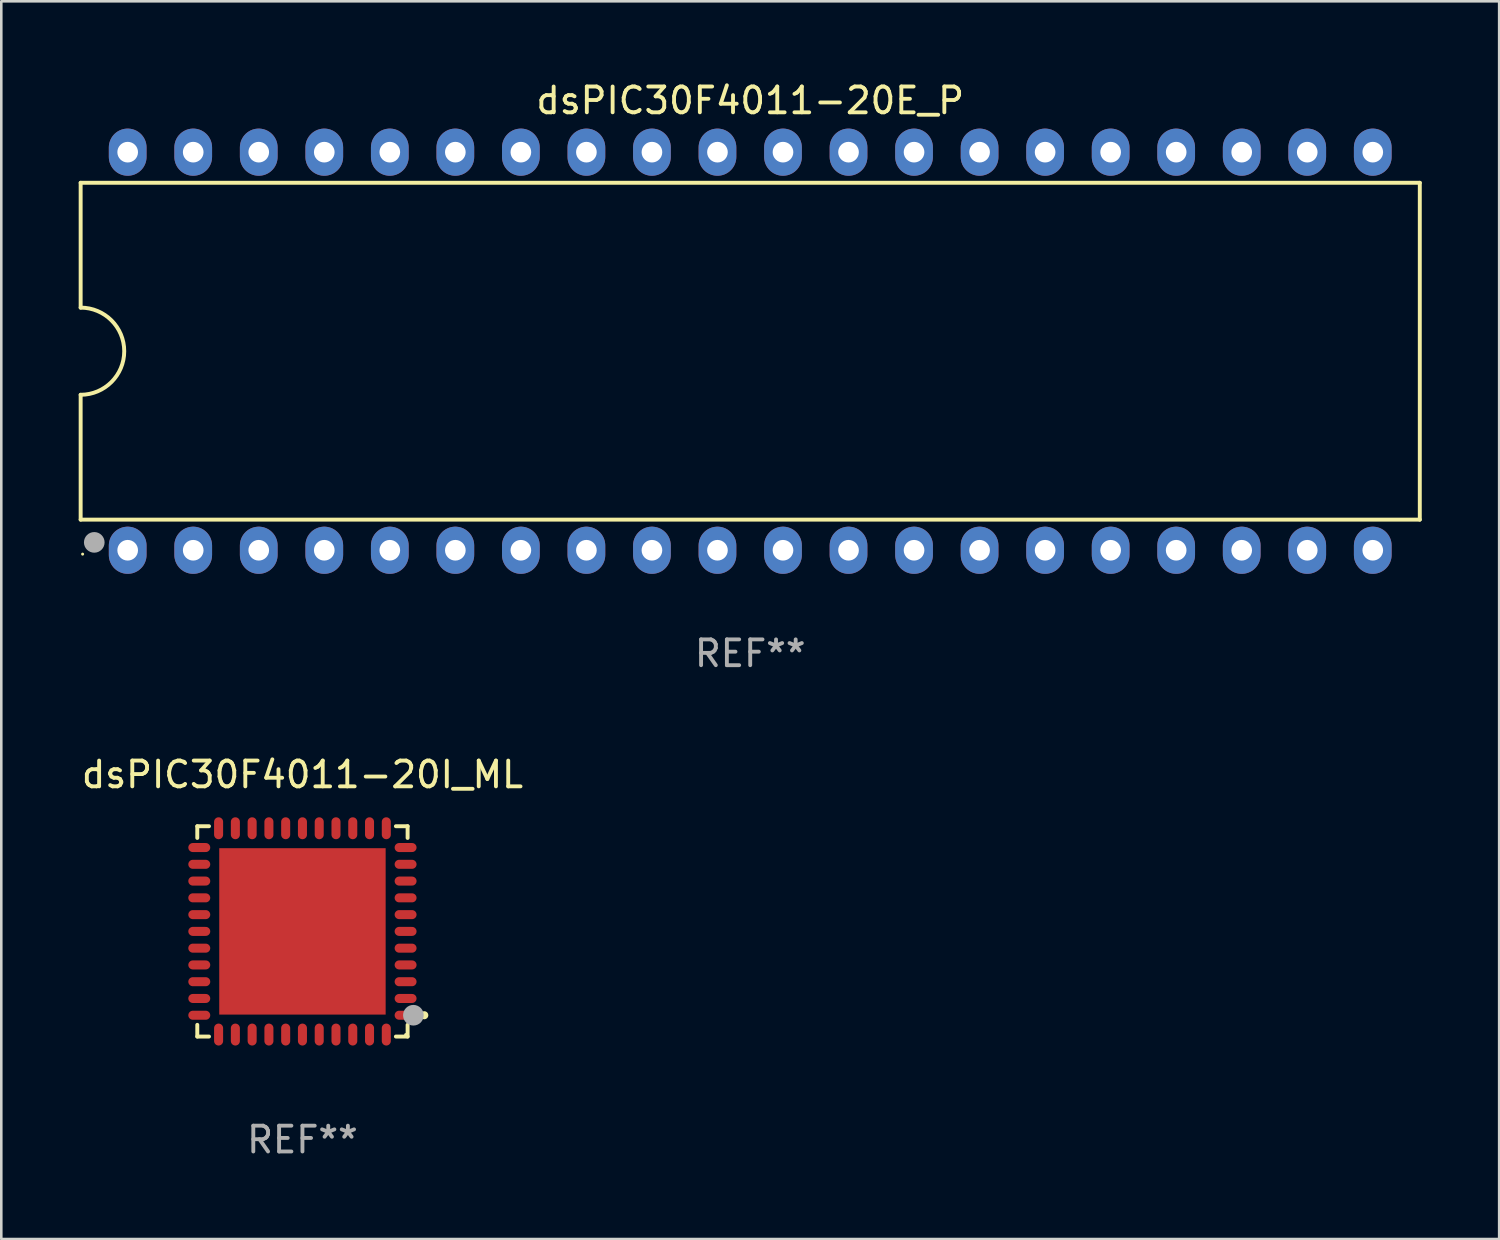
<source format=kicad_pcb>
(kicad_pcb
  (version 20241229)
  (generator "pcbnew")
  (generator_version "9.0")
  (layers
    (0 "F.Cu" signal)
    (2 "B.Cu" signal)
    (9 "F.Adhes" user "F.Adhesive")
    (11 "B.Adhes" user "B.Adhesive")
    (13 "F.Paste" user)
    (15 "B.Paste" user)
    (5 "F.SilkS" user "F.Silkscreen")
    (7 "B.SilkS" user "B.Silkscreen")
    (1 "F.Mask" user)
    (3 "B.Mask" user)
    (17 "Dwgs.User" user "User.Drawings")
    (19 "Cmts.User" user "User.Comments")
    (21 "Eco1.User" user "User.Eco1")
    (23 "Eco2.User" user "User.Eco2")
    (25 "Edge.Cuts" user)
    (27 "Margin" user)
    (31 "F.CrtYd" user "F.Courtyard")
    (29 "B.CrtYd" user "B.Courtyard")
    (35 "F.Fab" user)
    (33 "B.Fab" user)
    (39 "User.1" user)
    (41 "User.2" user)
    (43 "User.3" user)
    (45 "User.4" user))
  (footprint "dsPIC30F4011-20I_ML"
    (layer "F.Cu")
    (at 8.673 33.051)
    (property "Reference" "dsPIC30F4011-20I_ML" (at 0 -6.076 0) (layer "F.SilkS") (effects (font (size 1 1) (thickness 0.15))))
    (attr through_hole)
    (fp_line (start -4.076 -4.076) (end -4.076 -3.622) (stroke (width 0.152) (type solid)) (layer "F.SilkS"))
    (fp_line (start -4.076 4.076) (end -4.076 3.622) (stroke (width 0.152) (type solid)) (layer "F.SilkS"))
    (fp_line (start -3.622 -4.076) (end -4.076 -4.076) (stroke (width 0.152) (type solid)) (layer "F.SilkS"))
    (fp_line (start -3.622 4.076) (end -4.076 4.076) (stroke (width 0.152) (type solid)) (layer "F.SilkS"))
    (fp_line (start 3.622 -4.076) (end 4.076 -4.076) (stroke (width 0.152) (type solid)) (layer "F.SilkS"))
    (fp_line (start 3.622 4.076) (end 4.076 4.076) (stroke (width 0.152) (type solid)) (layer "F.SilkS"))
    (fp_line (start 4.076 -4.076) (end 4.076 -3.622) (stroke (width 0.152) (type solid)) (layer "F.SilkS"))
    (fp_line (start 4.076 4.076) (end 4.076 3.622) (stroke (width 0.152) (type solid)) (layer "F.SilkS"))
    (fp_circle (center 4 4) (end 4.03 4) (stroke (width 0.06) (type solid)) (fill no) (layer "F.SilkS"))
    (fp_circle (center 4.722 3.25) (end 4.801 3.25) (stroke (width 0.158) (type solid)) (fill no) (layer "F.SilkS"))
    (fp_circle (center 4.3 3.25) (end 4.5 3.25) (stroke (width 0.4) (type solid)) (fill no) (layer "F.Fab"))
    (fp_text user "REF**" (at 0 8.076 0) (layer "F.Fab") (effects (font (size 1 1) (thickness 0.15))))
    (pad "1" smd oval (at 3.998 3.25) (size 0.85 0.35) (layers "F.Cu" "F.Mask" "F.Paste"))
    (pad "2" smd oval (at 3.998 2.6) (size 0.85 0.35) (layers "F.Cu" "F.Mask" "F.Paste"))
    (pad "3" smd oval (at 3.998 1.95) (size 0.85 0.35) (layers "F.Cu" "F.Mask" "F.Paste"))
    (pad "4" smd oval (at 3.998 1.3) (size 0.85 0.35) (layers "F.Cu" "F.Mask" "F.Paste"))
    (pad "5" smd oval (at 3.998 0.65) (size 0.85 0.35) (layers "F.Cu" "F.Mask" "F.Paste"))
    (pad "6" smd oval (at 3.998 0.000051) (size 0.85 0.35) (layers "F.Cu" "F.Mask" "F.Paste"))
    (pad "7" smd oval (at 3.998 -0.65) (size 0.85 0.35) (layers "F.Cu" "F.Mask" "F.Paste"))
    (pad "8" smd oval (at 3.998 -1.3) (size 0.85 0.35) (layers "F.Cu" "F.Mask" "F.Paste"))
    (pad "9" smd oval (at 3.998 -1.95) (size 0.85 0.35) (layers "F.Cu" "F.Mask" "F.Paste"))
    (pad "10" smd oval (at 3.998 -2.6) (size 0.85 0.35) (layers "F.Cu" "F.Mask" "F.Paste"))
    (pad "11" smd oval (at 3.998 -3.25) (size 0.85 0.35) (layers "F.Cu" "F.Mask" "F.Paste"))
    (pad "12" smd oval (at 3.25 -3.998) (size 0.35 0.85) (layers "F.Cu" "F.Mask" "F.Paste"))
    (pad "13" smd oval (at 2.6 -3.998) (size 0.35 0.85) (layers "F.Cu" "F.Mask" "F.Paste"))
    (pad "14" smd oval (at 1.95 -3.998) (size 0.35 0.85) (layers "F.Cu" "F.Mask" "F.Paste"))
    (pad "15" smd oval (at 1.3 -3.998) (size 0.35 0.85) (layers "F.Cu" "F.Mask" "F.Paste"))
    (pad "16" smd oval (at 0.65 -3.998) (size 0.35 0.85) (layers "F.Cu" "F.Mask" "F.Paste"))
    (pad "17" smd oval (at -0.000127 -3.998) (size 0.35 0.85) (layers "F.Cu" "F.Mask" "F.Paste"))
    (pad "18" smd oval (at -0.65 -3.998) (size 0.35 0.85) (layers "F.Cu" "F.Mask" "F.Paste"))
    (pad "19" smd oval (at -1.3 -3.998) (size 0.35 0.85) (layers "F.Cu" "F.Mask" "F.Paste"))
    (pad "20" smd oval (at -1.95 -3.998) (size 0.35 0.85) (layers "F.Cu" "F.Mask" "F.Paste"))
    (pad "21" smd oval (at -2.6 -3.998) (size 0.35 0.85) (layers "F.Cu" "F.Mask" "F.Paste"))
    (pad "22" smd oval (at -3.25 -3.998) (size 0.35 0.85) (layers "F.Cu" "F.Mask" "F.Paste"))
    (pad "23" smd oval (at -3.999 -3.25) (size 0.85 0.35) (layers "F.Cu" "F.Mask" "F.Paste"))
    (pad "24" smd oval (at -3.999 -2.6) (size 0.85 0.35) (layers "F.Cu" "F.Mask" "F.Paste"))
    (pad "25" smd oval (at -3.999 -1.95) (size 0.85 0.35) (layers "F.Cu" "F.Mask" "F.Paste"))
    (pad "26" smd oval (at -3.999 -1.3) (size 0.85 0.35) (layers "F.Cu" "F.Mask" "F.Paste"))
    (pad "27" smd oval (at -3.999 -0.65) (size 0.85 0.35) (layers "F.Cu" "F.Mask" "F.Paste"))
    (pad "28" smd oval (at -3.999 0.000051) (size 0.85 0.35) (layers "F.Cu" "F.Mask" "F.Paste"))
    (pad "29" smd oval (at -3.999 0.65) (size 0.85 0.35) (layers "F.Cu" "F.Mask" "F.Paste"))
    (pad "30" smd oval (at -3.999 1.3) (size 0.85 0.35) (layers "F.Cu" "F.Mask" "F.Paste"))
    (pad "31" smd oval (at -3.999 1.95) (size 0.85 0.35) (layers "F.Cu" "F.Mask" "F.Paste"))
    (pad "32" smd oval (at -3.999 2.6) (size 0.85 0.35) (layers "F.Cu" "F.Mask" "F.Paste"))
    (pad "33" smd oval (at -3.999 3.25) (size 0.85 0.35) (layers "F.Cu" "F.Mask" "F.Paste"))
    (pad "34" smd oval (at -3.25 3.999) (size 0.35 0.85) (layers "F.Cu" "F.Mask" "F.Paste"))
    (pad "35" smd oval (at -2.6 3.999) (size 0.35 0.85) (layers "F.Cu" "F.Mask" "F.Paste"))
    (pad "36" smd oval (at -1.95 3.999) (size 0.35 0.85) (layers "F.Cu" "F.Mask" "F.Paste"))
    (pad "37" smd oval (at -1.3 3.999) (size 0.35 0.85) (layers "F.Cu" "F.Mask" "F.Paste"))
    (pad "38" smd oval (at -0.65 3.999) (size 0.35 0.85) (layers "F.Cu" "F.Mask" "F.Paste"))
    (pad "39" smd oval (at -0.000127 3.999) (size 0.35 0.85) (layers "F.Cu" "F.Mask" "F.Paste"))
    (pad "40" smd oval (at 0.65 3.999) (size 0.35 0.85) (layers "F.Cu" "F.Mask" "F.Paste"))
    (pad "41" smd oval (at 1.3 3.999) (size 0.35 0.85) (layers "F.Cu" "F.Mask" "F.Paste"))
    (pad "42" smd oval (at 1.95 3.999) (size 0.35 0.85) (layers "F.Cu" "F.Mask" "F.Paste"))
    (pad "43" smd oval (at 2.6 3.999) (size 0.35 0.85) (layers "F.Cu" "F.Mask" "F.Paste"))
    (pad "44" smd oval (at 3.25 3.999) (size 0.35 0.85) (layers "F.Cu" "F.Mask" "F.Paste"))
    (pad "45" smd rect (at -0.000127 0.000051) (size 6.45 6.45) (layers "F.Cu" "F.Mask" "F.Paste")))
  (footprint "dsPIC30F4011-20E_P"
    (layer "F.Cu")
    (at 26.029 10.563)
    (property "Reference" "dsPIC30F4011-20E_P" (at 0 -9.715 0) (layer "F.SilkS") (effects (font (size 1 1) (thickness 0.15))))
    (attr through_hole)
    (fp_line (start -25.953 -6.528) (end -25.953 -1.689) (stroke (width 0.152) (type solid)) (layer "F.SilkS"))
    (fp_line (start -25.953 1.689) (end -25.953 6.528) (stroke (width 0.152) (type solid)) (layer "F.SilkS"))
    (fp_line (start -25.953 6.528) (end 25.953 6.528) (stroke (width 0.152) (type solid)) (layer "F.SilkS"))
    (fp_line (start 25.953 -6.528) (end -25.953 -6.528) (stroke (width 0.152) (type solid)) (layer "F.SilkS"))
    (fp_line (start 25.953 6.528) (end 25.953 -6.528) (stroke (width 0.152) (type solid)) (layer "F.SilkS"))
    (fp_arc (start -25.9527 -1.689126) (mid -24.263574 0) (end -25.9527 1.689126) (stroke (width 0.1524) (type solid)) (layer "F.SilkS"))
    (fp_circle (center -25.877 7.865) (end -25.847 7.865) (stroke (width 0.06) (type solid)) (fill no) (layer "F.SilkS"))
    (fp_circle (center -25.435 7.41) (end -25.245 7.41) (stroke (width 0.15) (type solid)) (fill no) (layer "F.SilkS"))
    (fp_circle (center -25.425 7.41) (end -25.225 7.41) (stroke (width 0.4) (type solid)) (fill no) (layer "F.Fab"))
    (fp_text user "REF**" (at 0 11.715 0) (layer "F.Fab") (effects (font (size 1 1) (thickness 0.15))))
    (pad "1" thru_hole oval (at -24.13 7.715) (size 1.462 1.828) (drill 0.8) (layers "*.Cu" "*.Mask"))
    (pad "2" thru_hole oval (at -21.59 7.715) (size 1.462 1.828) (drill 0.8) (layers "*.Cu" "*.Mask"))
    (pad "3" thru_hole oval (at -19.05 7.715) (size 1.462 1.828) (drill 0.8) (layers "*.Cu" "*.Mask"))
    (pad "4" thru_hole oval (at -16.51 7.715) (size 1.462 1.828) (drill 0.8) (layers "*.Cu" "*.Mask"))
    (pad "5" thru_hole oval (at -13.97 7.715) (size 1.462 1.828) (drill 0.8) (layers "*.Cu" "*.Mask"))
    (pad "6" thru_hole oval (at -11.43 7.715) (size 1.462 1.828) (drill 0.8) (layers "*.Cu" "*.Mask"))
    (pad "7" thru_hole oval (at -8.89 7.715) (size 1.462 1.828) (drill 0.8) (layers "*.Cu" "*.Mask"))
    (pad "8" thru_hole oval (at -6.35 7.715) (size 1.462 1.828) (drill 0.8) (layers "*.Cu" "*.Mask"))
    (pad "9" thru_hole oval (at -3.81 7.715) (size 1.462 1.828) (drill 0.8) (layers "*.Cu" "*.Mask"))
    (pad "10" thru_hole oval (at -1.27 7.715) (size 1.462 1.828) (drill 0.8) (layers "*.Cu" "*.Mask"))
    (pad "11" thru_hole oval (at 1.27 7.715) (size 1.462 1.828) (drill 0.8) (layers "*.Cu" "*.Mask"))
    (pad "12" thru_hole oval (at 3.81 7.715) (size 1.462 1.828) (drill 0.8) (layers "*.Cu" "*.Mask"))
    (pad "13" thru_hole oval (at 6.35 7.715) (size 1.462 1.828) (drill 0.8) (layers "*.Cu" "*.Mask"))
    (pad "14" thru_hole oval (at 8.89 7.715) (size 1.462 1.828) (drill 0.8) (layers "*.Cu" "*.Mask"))
    (pad "15" thru_hole oval (at 11.43 7.715) (size 1.462 1.828) (drill 0.8) (layers "*.Cu" "*.Mask"))
    (pad "16" thru_hole oval (at 13.97 7.715) (size 1.462 1.828) (drill 0.8) (layers "*.Cu" "*.Mask"))
    (pad "17" thru_hole oval (at 16.51 7.715) (size 1.462 1.828) (drill 0.8) (layers "*.Cu" "*.Mask"))
    (pad "18" thru_hole oval (at 19.05 7.715) (size 1.462 1.828) (drill 0.8) (layers "*.Cu" "*.Mask"))
    (pad "19" thru_hole oval (at 21.59 7.715) (size 1.462 1.828) (drill 0.8) (layers "*.Cu" "*.Mask"))
    (pad "20" thru_hole oval (at 24.13 7.715) (size 1.462 1.828) (drill 0.8) (layers "*.Cu" "*.Mask"))
    (pad "21" thru_hole oval (at 24.13 -7.715) (size 1.462 1.828) (drill 0.8) (layers "*.Cu" "*.Mask"))
    (pad "22" thru_hole oval (at 21.59 -7.715) (size 1.462 1.828) (drill 0.8) (layers "*.Cu" "*.Mask"))
    (pad "23" thru_hole oval (at 19.05 -7.715) (size 1.462 1.828) (drill 0.8) (layers "*.Cu" "*.Mask"))
    (pad "24" thru_hole oval (at 16.51 -7.715) (size 1.462 1.828) (drill 0.8) (layers "*.Cu" "*.Mask"))
    (pad "25" thru_hole oval (at 13.97 -7.715) (size 1.462 1.828) (drill 0.8) (layers "*.Cu" "*.Mask"))
    (pad "26" thru_hole oval (at 11.43 -7.715) (size 1.462 1.828) (drill 0.8) (layers "*.Cu" "*.Mask"))
    (pad "27" thru_hole oval (at 8.89 -7.715) (size 1.462 1.828) (drill 0.8) (layers "*.Cu" "*.Mask"))
    (pad "28" thru_hole oval (at 6.35 -7.715) (size 1.462 1.828) (drill 0.8) (layers "*.Cu" "*.Mask"))
    (pad "29" thru_hole oval (at 3.81 -7.715) (size 1.462 1.828) (drill 0.8) (layers "*.Cu" "*.Mask"))
    (pad "30" thru_hole oval (at 1.27 -7.715) (size 1.462 1.828) (drill 0.8) (layers "*.Cu" "*.Mask"))
    (pad "31" thru_hole oval (at -1.27 -7.715) (size 1.462 1.828) (drill 0.8) (layers "*.Cu" "*.Mask"))
    (pad "32" thru_hole oval (at -3.81 -7.715) (size 1.462 1.828) (drill 0.8) (layers "*.Cu" "*.Mask"))
    (pad "33" thru_hole oval (at -6.35 -7.715) (size 1.462 1.828) (drill 0.8) (layers "*.Cu" "*.Mask"))
    (pad "34" thru_hole oval (at -8.89 -7.715) (size 1.462 1.828) (drill 0.8) (layers "*.Cu" "*.Mask"))
    (pad "35" thru_hole oval (at -11.43 -7.715) (size 1.462 1.828) (drill 0.8) (layers "*.Cu" "*.Mask"))
    (pad "36" thru_hole oval (at -13.97 -7.715) (size 1.462 1.828) (drill 0.8) (layers "*.Cu" "*.Mask"))
    (pad "37" thru_hole oval (at -16.51 -7.715) (size 1.462 1.828) (drill 0.8) (layers "*.Cu" "*.Mask"))
    (pad "38" thru_hole oval (at -19.05 -7.715) (size 1.462 1.828) (drill 0.8) (layers "*.Cu" "*.Mask"))
    (pad "39" thru_hole oval (at -21.59 -7.715) (size 1.462 1.828) (drill 0.8) (layers "*.Cu" "*.Mask"))
    (pad "40" thru_hole oval (at -24.13 -7.715) (size 1.462 1.828) (drill 0.8) (layers "*.Cu" "*.Mask")))
  (gr_rect
    (start -3 -3)
    (end 55.058 44.975)
    (stroke (width 0.1) (type default))
    (fill no)
    (layer "Edge.Cuts")))
</source>
